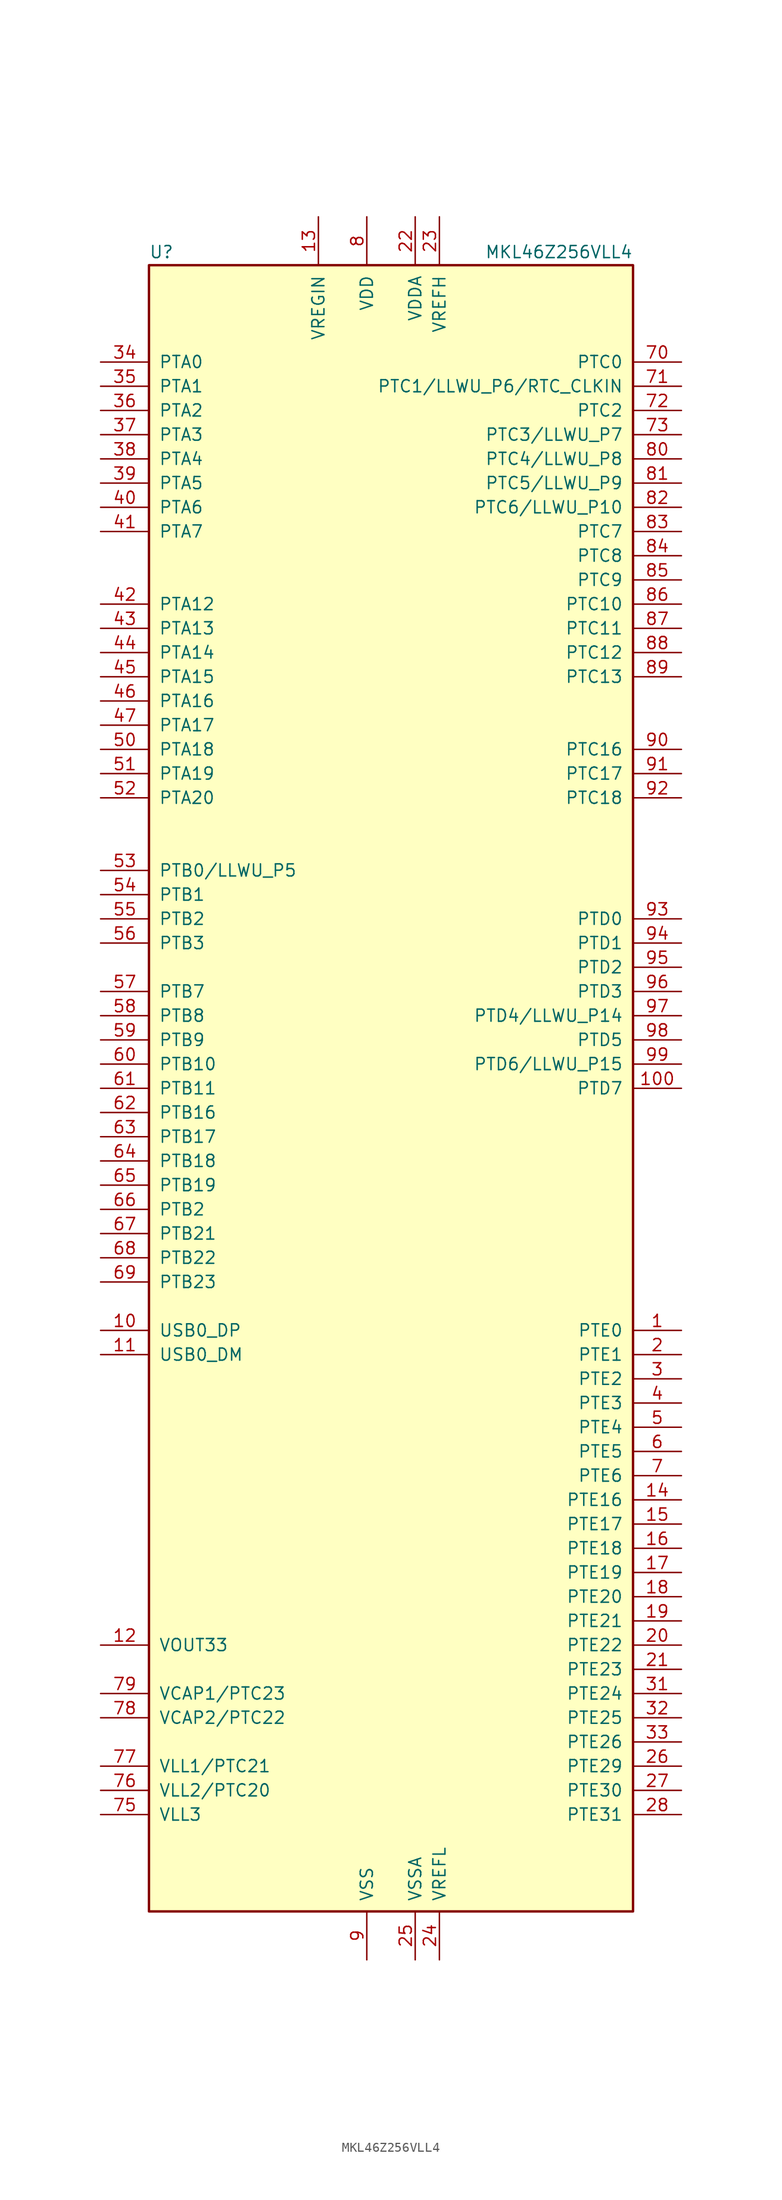
<source format=kicad_sym>
(kicad_symbol_lib
  (version 20231120)
  (generator "kicad_symbol_editor")
  (generator_version "8.0")
  (symbol "MKL46Z256VLL4"
    (pin_names
      (offset 1.016))
    (property "Reference" "U"
      (at -25.4 86.995 0)
      (effects (font (size 1.27 1.27)) (justify left bottom)))
    (property "Value" "MKL46Z256VLL4"
      (at 25.4 86.995 0)
      (effects (font (size 1.27 1.27)) (justify right bottom)))
    (symbol "MKL46Z256VLL4_0_1"
      (rectangle (start -25.4 86.36) (end 25.4 -86.36) (stroke (width 0.254) (type default)) (fill (type background))))
    (symbol "MKL46Z256VLL4_1_1"
      (pin bidirectional line (at 30.48 -25.4 180) (length 5.08) (name "PTE0" (effects (font (size 1.27 1.27)))) (number "1" (effects (font (size 1.27 1.27)))))
      (pin bidirectional line (at -30.48 -25.4 0) (length 5.08) (name "USB0_DP" (effects (font (size 1.27 1.27)))) (number "10" (effects (font (size 1.27 1.27)))))
      (pin bidirectional line (at 30.48 0 180) (length 5.08) (name "PTD7" (effects (font (size 1.27 1.27)))) (number "100" (effects (font (size 1.27 1.27)))))
      (pin bidirectional line (at -30.48 -27.94 0) (length 5.08) (name "USB0_DM" (effects (font (size 1.27 1.27)))) (number "11" (effects (font (size 1.27 1.27)))))
      (pin power_out line (at -30.48 -58.42 0) (length 5.08) (name "VOUT33" (effects (font (size 1.27 1.27)))) (number "12" (effects (font (size 1.27 1.27)))))
      (pin power_in line (at -7.62 91.44 270) (length 5.08) (name "VREGIN" (effects (font (size 1.27 1.27)))) (number "13" (effects (font (size 1.27 1.27)))))
      (pin bidirectional line (at 30.48 -43.18 180) (length 5.08) (name "PTE16" (effects (font (size 1.27 1.27)))) (number "14" (effects (font (size 1.27 1.27)))))
      (pin bidirectional line (at 30.48 -45.72 180) (length 5.08) (name "PTE17" (effects (font (size 1.27 1.27)))) (number "15" (effects (font (size 1.27 1.27)))))
      (pin bidirectional line (at 30.48 -48.26 180) (length 5.08) (name "PTE18" (effects (font (size 1.27 1.27)))) (number "16" (effects (font (size 1.27 1.27)))))
      (pin bidirectional line (at 30.48 -50.8 180) (length 5.08) (name "PTE19" (effects (font (size 1.27 1.27)))) (number "17" (effects (font (size 1.27 1.27)))))
      (pin bidirectional line (at 30.48 -53.34 180) (length 5.08) (name "PTE20" (effects (font (size 1.27 1.27)))) (number "18" (effects (font (size 1.27 1.27)))))
      (pin bidirectional line (at 30.48 -55.88 180) (length 5.08) (name "PTE21" (effects (font (size 1.27 1.27)))) (number "19" (effects (font (size 1.27 1.27)))))
      (pin bidirectional line (at 30.48 -27.94 180) (length 5.08) (name "PTE1" (effects (font (size 1.27 1.27)))) (number "2" (effects (font (size 1.27 1.27)))))
      (pin bidirectional line (at 30.48 -58.42 180) (length 5.08) (name "PTE22" (effects (font (size 1.27 1.27)))) (number "20" (effects (font (size 1.27 1.27)))))
      (pin bidirectional line (at 30.48 -60.96 180) (length 5.08) (name "PTE23" (effects (font (size 1.27 1.27)))) (number "21" (effects (font (size 1.27 1.27)))))
      (pin power_in line (at 2.54 91.44 270) (length 5.08) (name "VDDA" (effects (font (size 1.27 1.27)))) (number "22" (effects (font (size 1.27 1.27)))))
      (pin power_in line (at 5.08 91.44 270) (length 5.08) (name "VREFH" (effects (font (size 1.27 1.27)))) (number "23" (effects (font (size 1.27 1.27)))))
      (pin power_in line (at 5.08 -91.44 90) (length 5.08) (name "VREFL" (effects (font (size 1.27 1.27)))) (number "24" (effects (font (size 1.27 1.27)))))
      (pin power_in line (at 2.54 -91.44 90) (length 5.08) (name "VSSA" (effects (font (size 1.27 1.27)))) (number "25" (effects (font (size 1.27 1.27)))))
      (pin bidirectional line (at 30.48 -71.12 180) (length 5.08) (name "PTE29" (effects (font (size 1.27 1.27)))) (number "26" (effects (font (size 1.27 1.27)))))
      (pin bidirectional line (at 30.48 -73.66 180) (length 5.08) (name "PTE30" (effects (font (size 1.27 1.27)))) (number "27" (effects (font (size 1.27 1.27)))))
      (pin bidirectional line (at 30.48 -76.2 180) (length 5.08) (name "PTE31" (effects (font (size 1.27 1.27)))) (number "28" (effects (font (size 1.27 1.27)))))
      (pin passive line (at -2.54 -91.44 90) (length 5.08) hide (name "VSS" (effects (font (size 1.27 1.27)))) (number "29" (effects (font (size 1.27 1.27)))))
      (pin bidirectional line (at 30.48 -30.48 180) (length 5.08) (name "PTE2" (effects (font (size 1.27 1.27)))) (number "3" (effects (font (size 1.27 1.27)))))
      (pin passive line (at -2.54 91.44 270) (length 5.08) hide (name "VDD" (effects (font (size 1.27 1.27)))) (number "30" (effects (font (size 1.27 1.27)))))
      (pin bidirectional line (at 30.48 -63.5 180) (length 5.08) (name "PTE24" (effects (font (size 1.27 1.27)))) (number "31" (effects (font (size 1.27 1.27)))))
      (pin bidirectional line (at 30.48 -66.04 180) (length 5.08) (name "PTE25" (effects (font (size 1.27 1.27)))) (number "32" (effects (font (size 1.27 1.27)))))
      (pin bidirectional line (at 30.48 -68.58 180) (length 5.08) (name "PTE26" (effects (font (size 1.27 1.27)))) (number "33" (effects (font (size 1.27 1.27)))))
      (pin bidirectional line (at -30.48 76.2 0) (length 5.08) (name "PTA0" (effects (font (size 1.27 1.27)))) (number "34" (effects (font (size 1.27 1.27)))))
      (pin bidirectional line (at -30.48 73.66 0) (length 5.08) (name "PTA1" (effects (font (size 1.27 1.27)))) (number "35" (effects (font (size 1.27 1.27)))))
      (pin bidirectional line (at -30.48 71.12 0) (length 5.08) (name "PTA2" (effects (font (size 1.27 1.27)))) (number "36" (effects (font (size 1.27 1.27)))))
      (pin bidirectional line (at -30.48 68.58 0) (length 5.08) (name "PTA3" (effects (font (size 1.27 1.27)))) (number "37" (effects (font (size 1.27 1.27)))))
      (pin bidirectional line (at -30.48 66.04 0) (length 5.08) (name "PTA4" (effects (font (size 1.27 1.27)))) (number "38" (effects (font (size 1.27 1.27)))))
      (pin bidirectional line (at -30.48 63.5 0) (length 5.08) (name "PTA5" (effects (font (size 1.27 1.27)))) (number "39" (effects (font (size 1.27 1.27)))))
      (pin bidirectional line (at 30.48 -33.02 180) (length 5.08) (name "PTE3" (effects (font (size 1.27 1.27)))) (number "4" (effects (font (size 1.27 1.27)))))
      (pin bidirectional line (at -30.48 60.96 0) (length 5.08) (name "PTA6" (effects (font (size 1.27 1.27)))) (number "40" (effects (font (size 1.27 1.27)))))
      (pin bidirectional line (at -30.48 58.42 0) (length 5.08) (name "PTA7" (effects (font (size 1.27 1.27)))) (number "41" (effects (font (size 1.27 1.27)))))
      (pin bidirectional line (at -30.48 50.8 0) (length 5.08) (name "PTA12" (effects (font (size 1.27 1.27)))) (number "42" (effects (font (size 1.27 1.27)))))
      (pin bidirectional line (at -30.48 48.26 0) (length 5.08) (name "PTA13" (effects (font (size 1.27 1.27)))) (number "43" (effects (font (size 1.27 1.27)))))
      (pin bidirectional line (at -30.48 45.72 0) (length 5.08) (name "PTA14" (effects (font (size 1.27 1.27)))) (number "44" (effects (font (size 1.27 1.27)))))
      (pin bidirectional line (at -30.48 43.18 0) (length 5.08) (name "PTA15" (effects (font (size 1.27 1.27)))) (number "45" (effects (font (size 1.27 1.27)))))
      (pin bidirectional line (at -30.48 40.64 0) (length 5.08) (name "PTA16" (effects (font (size 1.27 1.27)))) (number "46" (effects (font (size 1.27 1.27)))))
      (pin bidirectional line (at -30.48 38.1 0) (length 5.08) (name "PTA17" (effects (font (size 1.27 1.27)))) (number "47" (effects (font (size 1.27 1.27)))))
      (pin passive line (at -2.54 91.44 270) (length 5.08) hide (name "VDD" (effects (font (size 1.27 1.27)))) (number "48" (effects (font (size 1.27 1.27)))))
      (pin passive line (at -2.54 -91.44 90) (length 5.08) hide (name "VSS" (effects (font (size 1.27 1.27)))) (number "49" (effects (font (size 1.27 1.27)))))
      (pin bidirectional line (at 30.48 -35.56 180) (length 5.08) (name "PTE4" (effects (font (size 1.27 1.27)))) (number "5" (effects (font (size 1.27 1.27)))))
      (pin bidirectional line (at -30.48 35.56 0) (length 5.08) (name "PTA18" (effects (font (size 1.27 1.27)))) (number "50" (effects (font (size 1.27 1.27)))))
      (pin bidirectional line (at -30.48 33.02 0) (length 5.08) (name "PTA19" (effects (font (size 1.27 1.27)))) (number "51" (effects (font (size 1.27 1.27)))))
      (pin bidirectional line (at -30.48 30.48 0) (length 5.08) (name "PTA20" (effects (font (size 1.27 1.27)))) (number "52" (effects (font (size 1.27 1.27)))))
      (pin bidirectional line (at -30.48 22.86 0) (length 5.08) (name "PTB0/LLWU_P5" (effects (font (size 1.27 1.27)))) (number "53" (effects (font (size 1.27 1.27)))))
      (pin bidirectional line (at -30.48 20.32 0) (length 5.08) (name "PTB1" (effects (font (size 1.27 1.27)))) (number "54" (effects (font (size 1.27 1.27)))))
      (pin bidirectional line (at -30.48 17.78 0) (length 5.08) (name "PTB2" (effects (font (size 1.27 1.27)))) (number "55" (effects (font (size 1.27 1.27)))))
      (pin bidirectional line (at -30.48 15.24 0) (length 5.08) (name "PTB3" (effects (font (size 1.27 1.27)))) (number "56" (effects (font (size 1.27 1.27)))))
      (pin bidirectional line (at -30.48 10.16 0) (length 5.08) (name "PTB7" (effects (font (size 1.27 1.27)))) (number "57" (effects (font (size 1.27 1.27)))))
      (pin bidirectional line (at -30.48 7.62 0) (length 5.08) (name "PTB8" (effects (font (size 1.27 1.27)))) (number "58" (effects (font (size 1.27 1.27)))))
      (pin bidirectional line (at -30.48 5.08 0) (length 5.08) (name "PTB9" (effects (font (size 1.27 1.27)))) (number "59" (effects (font (size 1.27 1.27)))))
      (pin bidirectional line (at 30.48 -38.1 180) (length 5.08) (name "PTE5" (effects (font (size 1.27 1.27)))) (number "6" (effects (font (size 1.27 1.27)))))
      (pin bidirectional line (at -30.48 2.54 0) (length 5.08) (name "PTB10" (effects (font (size 1.27 1.27)))) (number "60" (effects (font (size 1.27 1.27)))))
      (pin bidirectional line (at -30.48 0 0) (length 5.08) (name "PTB11" (effects (font (size 1.27 1.27)))) (number "61" (effects (font (size 1.27 1.27)))))
      (pin bidirectional line (at -30.48 -2.54 0) (length 5.08) (name "PTB16" (effects (font (size 1.27 1.27)))) (number "62" (effects (font (size 1.27 1.27)))))
      (pin bidirectional line (at -30.48 -5.08 0) (length 5.08) (name "PTB17" (effects (font (size 1.27 1.27)))) (number "63" (effects (font (size 1.27 1.27)))))
      (pin bidirectional line (at -30.48 -7.62 0) (length 5.08) (name "PTB18" (effects (font (size 1.27 1.27)))) (number "64" (effects (font (size 1.27 1.27)))))
      (pin bidirectional line (at -30.48 -10.16 0) (length 5.08) (name "PTB19" (effects (font (size 1.27 1.27)))) (number "65" (effects (font (size 1.27 1.27)))))
      (pin bidirectional line (at -30.48 -12.7 0) (length 5.08) (name "PTB2" (effects (font (size 1.27 1.27)))) (number "66" (effects (font (size 1.27 1.27)))))
      (pin bidirectional line (at -30.48 -15.24 0) (length 5.08) (name "PTB21" (effects (font (size 1.27 1.27)))) (number "67" (effects (font (size 1.27 1.27)))))
      (pin bidirectional line (at -30.48 -17.78 0) (length 5.08) (name "PTB22" (effects (font (size 1.27 1.27)))) (number "68" (effects (font (size 1.27 1.27)))))
      (pin bidirectional line (at -30.48 -20.32 0) (length 5.08) (name "PTB23" (effects (font (size 1.27 1.27)))) (number "69" (effects (font (size 1.27 1.27)))))
      (pin bidirectional line (at 30.48 -40.64 180) (length 5.08) (name "PTE6" (effects (font (size 1.27 1.27)))) (number "7" (effects (font (size 1.27 1.27)))))
      (pin bidirectional line (at 30.48 76.2 180) (length 5.08) (name "PTC0" (effects (font (size 1.27 1.27)))) (number "70" (effects (font (size 1.27 1.27)))))
      (pin bidirectional line (at 30.48 73.66 180) (length 5.08) (name "PTC1/LLWU_P6/RTC_CLKIN" (effects (font (size 1.27 1.27)))) (number "71" (effects (font (size 1.27 1.27)))))
      (pin bidirectional line (at 30.48 71.12 180) (length 5.08) (name "PTC2" (effects (font (size 1.27 1.27)))) (number "72" (effects (font (size 1.27 1.27)))))
      (pin bidirectional line (at 30.48 68.58 180) (length 5.08) (name "PTC3/LLWU_P7" (effects (font (size 1.27 1.27)))) (number "73" (effects (font (size 1.27 1.27)))))
      (pin passive line (at -2.54 -91.44 90) (length 5.08) hide (name "VSS" (effects (font (size 1.27 1.27)))) (number "74" (effects (font (size 1.27 1.27)))))
      (pin power_out line (at -30.48 -76.2 0) (length 5.08) (name "VLL3" (effects (font (size 1.27 1.27)))) (number "75" (effects (font (size 1.27 1.27)))))
      (pin power_out line (at -30.48 -73.66 0) (length 5.08) (name "VLL2/PTC20" (effects (font (size 1.27 1.27)))) (number "76" (effects (font (size 1.27 1.27)))))
      (pin power_out line (at -30.48 -71.12 0) (length 5.08) (name "VLL1/PTC21" (effects (font (size 1.27 1.27)))) (number "77" (effects (font (size 1.27 1.27)))))
      (pin passive line (at -30.48 -66.04 0) (length 5.08) (name "VCAP2/PTC22" (effects (font (size 1.27 1.27)))) (number "78" (effects (font (size 1.27 1.27)))))
      (pin passive line (at -30.48 -63.5 0) (length 5.08) (name "VCAP1/PTC23" (effects (font (size 1.27 1.27)))) (number "79" (effects (font (size 1.27 1.27)))))
      (pin power_in line (at -2.54 91.44 270) (length 5.08) (name "VDD" (effects (font (size 1.27 1.27)))) (number "8" (effects (font (size 1.27 1.27)))))
      (pin bidirectional line (at 30.48 66.04 180) (length 5.08) (name "PTC4/LLWU_P8" (effects (font (size 1.27 1.27)))) (number "80" (effects (font (size 1.27 1.27)))))
      (pin bidirectional line (at 30.48 63.5 180) (length 5.08) (name "PTC5/LLWU_P9" (effects (font (size 1.27 1.27)))) (number "81" (effects (font (size 1.27 1.27)))))
      (pin bidirectional line (at 30.48 60.96 180) (length 5.08) (name "PTC6/LLWU_P10" (effects (font (size 1.27 1.27)))) (number "82" (effects (font (size 1.27 1.27)))))
      (pin bidirectional line (at 30.48 58.42 180) (length 5.08) (name "PTC7" (effects (font (size 1.27 1.27)))) (number "83" (effects (font (size 1.27 1.27)))))
      (pin bidirectional line (at 30.48 55.88 180) (length 5.08) (name "PTC8" (effects (font (size 1.27 1.27)))) (number "84" (effects (font (size 1.27 1.27)))))
      (pin bidirectional line (at 30.48 53.34 180) (length 5.08) (name "PTC9" (effects (font (size 1.27 1.27)))) (number "85" (effects (font (size 1.27 1.27)))))
      (pin bidirectional line (at 30.48 50.8 180) (length 5.08) (name "PTC10" (effects (font (size 1.27 1.27)))) (number "86" (effects (font (size 1.27 1.27)))))
      (pin bidirectional line (at 30.48 48.26 180) (length 5.08) (name "PTC11" (effects (font (size 1.27 1.27)))) (number "87" (effects (font (size 1.27 1.27)))))
      (pin bidirectional line (at 30.48 45.72 180) (length 5.08) (name "PTC12" (effects (font (size 1.27 1.27)))) (number "88" (effects (font (size 1.27 1.27)))))
      (pin bidirectional line (at 30.48 43.18 180) (length 5.08) (name "PTC13" (effects (font (size 1.27 1.27)))) (number "89" (effects (font (size 1.27 1.27)))))
      (pin power_in line (at -2.54 -91.44 90) (length 5.08) (name "VSS" (effects (font (size 1.27 1.27)))) (number "9" (effects (font (size 1.27 1.27)))))
      (pin bidirectional line (at 30.48 35.56 180) (length 5.08) (name "PTC16" (effects (font (size 1.27 1.27)))) (number "90" (effects (font (size 1.27 1.27)))))
      (pin bidirectional line (at 30.48 33.02 180) (length 5.08) (name "PTC17" (effects (font (size 1.27 1.27)))) (number "91" (effects (font (size 1.27 1.27)))))
      (pin bidirectional line (at 30.48 30.48 180) (length 5.08) (name "PTC18" (effects (font (size 1.27 1.27)))) (number "92" (effects (font (size 1.27 1.27)))))
      (pin bidirectional line (at 30.48 17.78 180) (length 5.08) (name "PTD0" (effects (font (size 1.27 1.27)))) (number "93" (effects (font (size 1.27 1.27)))))
      (pin bidirectional line (at 30.48 15.24 180) (length 5.08) (name "PTD1" (effects (font (size 1.27 1.27)))) (number "94" (effects (font (size 1.27 1.27)))))
      (pin bidirectional line (at 30.48 12.7 180) (length 5.08) (name "PTD2" (effects (font (size 1.27 1.27)))) (number "95" (effects (font (size 1.27 1.27)))))
      (pin bidirectional line (at 30.48 10.16 180) (length 5.08) (name "PTD3" (effects (font (size 1.27 1.27)))) (number "96" (effects (font (size 1.27 1.27)))))
      (pin bidirectional line (at 30.48 7.62 180) (length 5.08) (name "PTD4/LLWU_P14" (effects (font (size 1.27 1.27)))) (number "97" (effects (font (size 1.27 1.27)))))
      (pin bidirectional line (at 30.48 5.08 180) (length 5.08) (name "PTD5" (effects (font (size 1.27 1.27)))) (number "98" (effects (font (size 1.27 1.27)))))
      (pin bidirectional line (at 30.48 2.54 180) (length 5.08) (name "PTD6/LLWU_P15" (effects (font (size 1.27 1.27)))) (number "99" (effects (font (size 1.27 1.27))))))))
</source>
